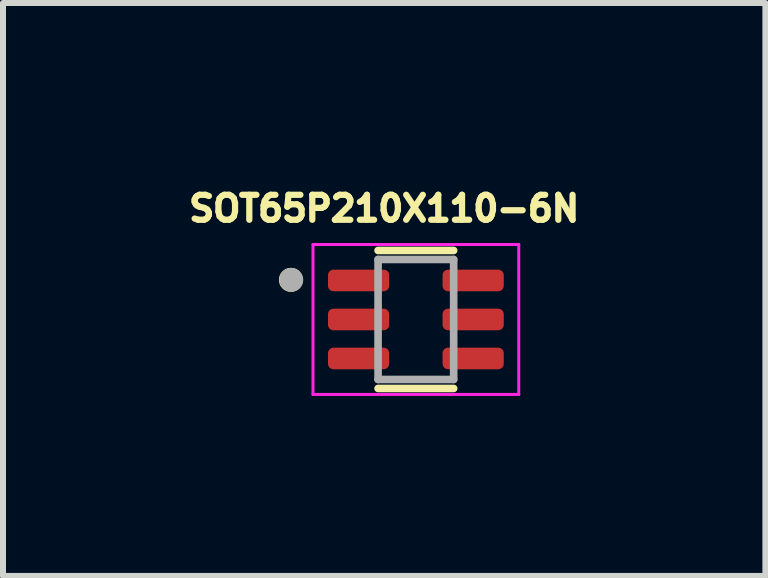
<source format=kicad_pcb>
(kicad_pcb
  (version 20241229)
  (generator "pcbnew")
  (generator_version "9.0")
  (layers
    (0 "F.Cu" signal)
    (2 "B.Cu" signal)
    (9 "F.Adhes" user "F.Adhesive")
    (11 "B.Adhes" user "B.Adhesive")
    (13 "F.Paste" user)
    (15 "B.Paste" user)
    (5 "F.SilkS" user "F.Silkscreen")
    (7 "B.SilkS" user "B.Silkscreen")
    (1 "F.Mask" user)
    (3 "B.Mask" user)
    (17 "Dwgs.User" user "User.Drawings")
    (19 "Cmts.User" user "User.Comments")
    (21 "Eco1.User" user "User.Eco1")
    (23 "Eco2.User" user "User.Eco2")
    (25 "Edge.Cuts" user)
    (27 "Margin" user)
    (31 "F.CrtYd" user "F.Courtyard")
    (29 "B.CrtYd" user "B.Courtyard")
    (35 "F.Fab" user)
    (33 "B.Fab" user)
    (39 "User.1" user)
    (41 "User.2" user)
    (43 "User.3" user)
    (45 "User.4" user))
  (footprint "SOT65P210X110-6N"
    (layer "F.Cu")
    (at 3.882 2.275)
    (property "Reference" "SOT65P210X110-6N" (at -0.528 -1.849 0) (layer "F.SilkS") (effects (font (size 0.416 0.416) (thickness 0.15))))
    (attr smd)
    (fp_line (start 0.63 -1.15) (end -0.63 -1.15) (stroke (width 0.127) (type solid)) (layer "F.SilkS"))
    (fp_line (start 0.63 1.15) (end -0.63 1.15) (stroke (width 0.127) (type solid)) (layer "F.SilkS"))
    (fp_circle (center -2.083 -0.66) (end -1.983 -0.66) (stroke (width 0.2) (type solid)) (fill no) (layer "F.SilkS"))
    (fp_line (start -1.715 -1.25) (end -1.715 1.25) (stroke (width 0.05) (type solid)) (layer "F.CrtYd"))
    (fp_line (start -1.715 1.25) (end 1.715 1.25) (stroke (width 0.05) (type solid)) (layer "F.CrtYd"))
    (fp_line (start 1.715 -1.25) (end -1.715 -1.25) (stroke (width 0.05) (type solid)) (layer "F.CrtYd"))
    (fp_line (start 1.715 1.25) (end 1.715 -1.25) (stroke (width 0.05) (type solid)) (layer "F.CrtYd"))
    (fp_line (start -0.63 -1) (end -0.63 1) (stroke (width 0.127) (type solid)) (layer "F.Fab"))
    (fp_line (start -0.63 1) (end 0.63 1) (stroke (width 0.127) (type solid)) (layer "F.Fab"))
    (fp_line (start 0.63 -1) (end -0.63 -1) (stroke (width 0.127) (type solid)) (layer "F.Fab"))
    (fp_line (start 0.63 1) (end 0.63 -1) (stroke (width 0.127) (type solid)) (layer "F.Fab"))
    (fp_circle (center -2.077 -0.66) (end -1.977 -0.66) (stroke (width 0.2) (type solid)) (fill no) (layer "F.Fab"))
    (pad "1" smd roundrect (at -0.955 -0.65) (size 1.02 0.36) (layers "F.Cu" "F.Mask" "F.Paste") (roundrect_rratio 0.25))
    (pad "2" smd roundrect (at -0.955 0) (size 1.02 0.36) (layers "F.Cu" "F.Mask" "F.Paste") (roundrect_rratio 0.25))
    (pad "3" smd roundrect (at -0.955 0.65) (size 1.02 0.36) (layers "F.Cu" "F.Mask" "F.Paste") (roundrect_rratio 0.25))
    (pad "4" smd roundrect (at 0.955 0.65) (size 1.02 0.36) (layers "F.Cu" "F.Mask" "F.Paste") (roundrect_rratio 0.25))
    (pad "5" smd roundrect (at 0.955 0) (size 1.02 0.36) (layers "F.Cu" "F.Mask" "F.Paste") (roundrect_rratio 0.25))
    (pad "6" smd roundrect (at 0.955 -0.65) (size 1.02 0.36) (layers "F.Cu" "F.Mask" "F.Paste") (roundrect_rratio 0.25)))
  (gr_rect
    (start -3 -3)
    (end 9.708 6.55)
    (stroke (width 0.1) (type default))
    (fill no)
    (layer "Edge.Cuts")))
</source>
